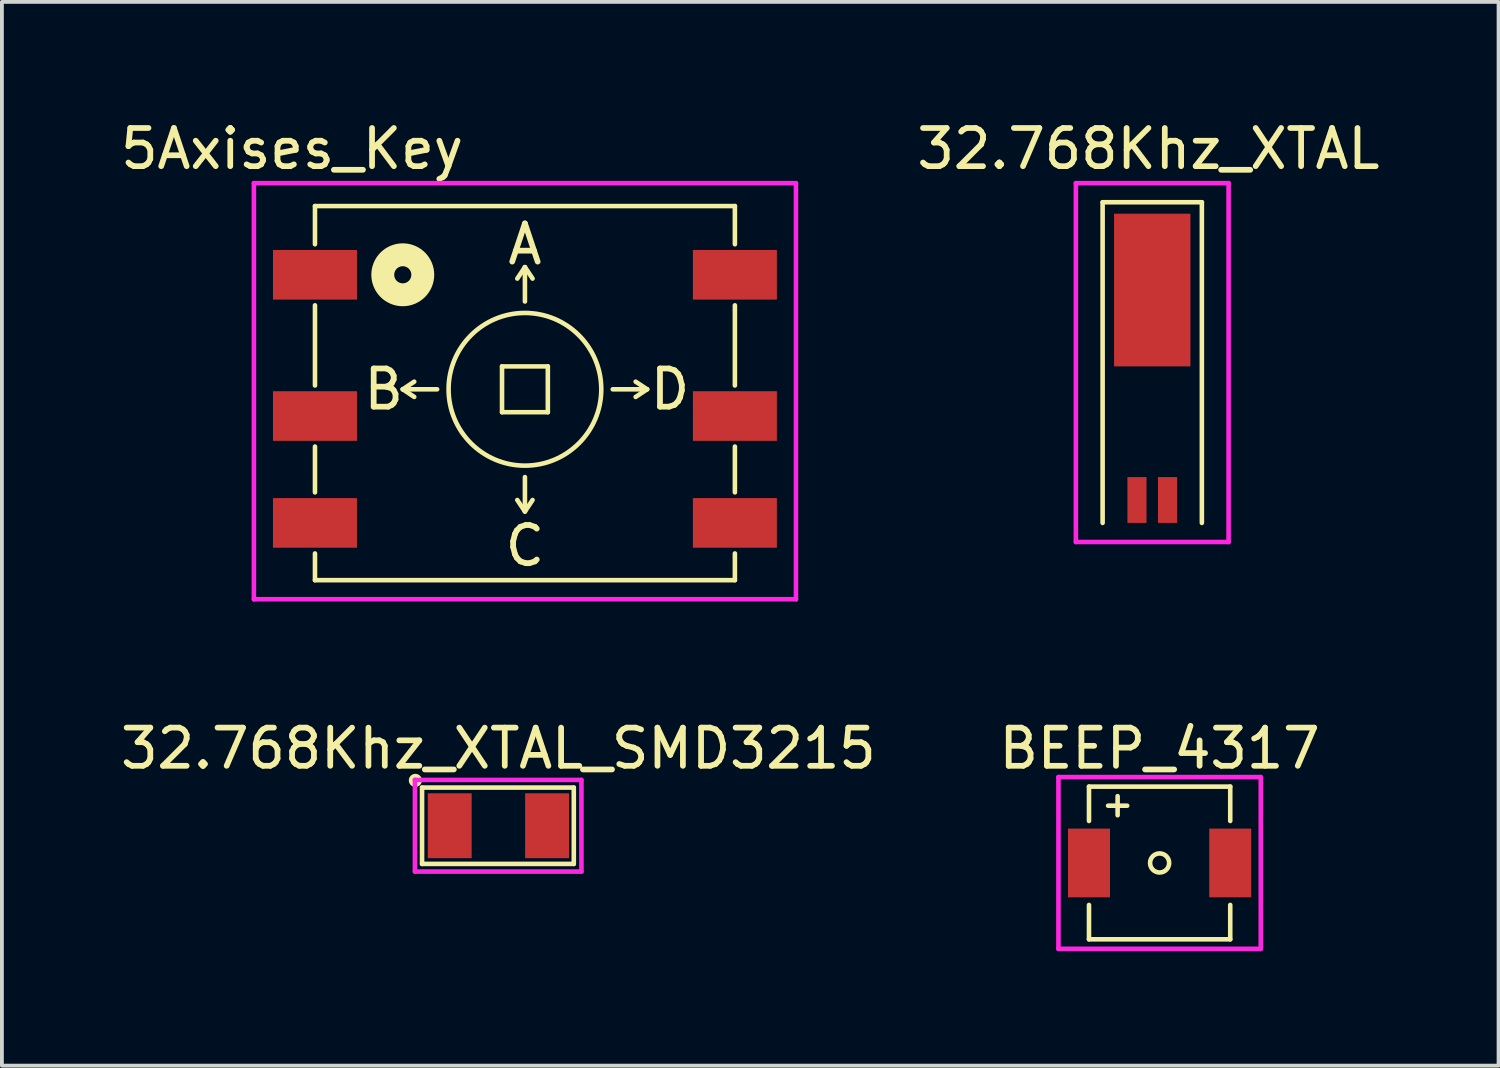
<source format=kicad_pcb>
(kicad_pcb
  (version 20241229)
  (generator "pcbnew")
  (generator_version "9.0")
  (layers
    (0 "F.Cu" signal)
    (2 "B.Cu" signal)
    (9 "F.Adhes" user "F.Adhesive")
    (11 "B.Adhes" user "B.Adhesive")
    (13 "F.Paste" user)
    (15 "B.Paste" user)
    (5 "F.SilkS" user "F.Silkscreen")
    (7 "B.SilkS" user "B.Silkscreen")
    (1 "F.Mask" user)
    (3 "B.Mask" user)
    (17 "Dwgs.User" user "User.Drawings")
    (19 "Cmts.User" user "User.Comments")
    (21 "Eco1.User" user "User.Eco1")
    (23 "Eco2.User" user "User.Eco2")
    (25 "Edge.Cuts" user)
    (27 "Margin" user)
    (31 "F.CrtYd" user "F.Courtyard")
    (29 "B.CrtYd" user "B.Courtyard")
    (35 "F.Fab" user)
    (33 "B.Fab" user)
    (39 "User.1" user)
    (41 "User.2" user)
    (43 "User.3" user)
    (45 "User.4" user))
  (footprint "5Axises_Key"
    (layer "F.Cu")
    (at 10.701 7.148)
    (property "Reference" "5Axises_Key" (at -6.1 -6.3 0) (layer "F.SilkS") (effects (font (size 1 1) (thickness 0.15))))
    (attr through_hole)
    (fp_line (start -5.5 -4.8) (end 5.5 -4.8) (stroke (width 0.12) (type solid)) (layer "F.SilkS"))
    (fp_line (start -5.5 -3.8) (end -5.5 -4.8) (stroke (width 0.12) (type solid)) (layer "F.SilkS"))
    (fp_line (start -5.5 -2.2) (end -5.5 -0.1) (stroke (width 0.12) (type solid)) (layer "F.SilkS"))
    (fp_line (start -5.5 1.5) (end -5.5 2.7) (stroke (width 0.12) (type solid)) (layer "F.SilkS"))
    (fp_line (start -5.5 4.3) (end -5.5 5) (stroke (width 0.12) (type solid)) (layer "F.SilkS"))
    (fp_line (start -5.5 5) (end 5.5 5) (stroke (width 0.12) (type solid)) (layer "F.SilkS"))
    (fp_line (start -3.2 0) (end -2.9 -0.2) (stroke (width 0.12) (type solid)) (layer "F.SilkS"))
    (fp_line (start -3.2 0) (end -2.9 0.2) (stroke (width 0.12) (type solid)) (layer "F.SilkS"))
    (fp_line (start -2.3 0) (end -3.2 0) (stroke (width 0.12) (type solid)) (layer "F.SilkS"))
    (fp_line (start -0.6 -0.6) (end -0.6 0.6) (stroke (width 0.12) (type solid)) (layer "F.SilkS"))
    (fp_line (start -0.6 0.6) (end 0.6 0.6) (stroke (width 0.12) (type solid)) (layer "F.SilkS"))
    (fp_line (start 0 -3.2) (end -0.2 -2.9) (stroke (width 0.12) (type solid)) (layer "F.SilkS"))
    (fp_line (start 0 -3.2) (end 0.2 -2.9) (stroke (width 0.12) (type solid)) (layer "F.SilkS"))
    (fp_line (start 0 -2.3) (end 0 -3.2) (stroke (width 0.12) (type solid)) (layer "F.SilkS"))
    (fp_line (start 0 2.3) (end 0 3.2) (stroke (width 0.12) (type solid)) (layer "F.SilkS"))
    (fp_line (start 0 3.2) (end -0.2 2.9) (stroke (width 0.12) (type solid)) (layer "F.SilkS"))
    (fp_line (start 0 3.2) (end 0.2 2.9) (stroke (width 0.12) (type solid)) (layer "F.SilkS"))
    (fp_line (start 0.6 -0.6) (end -0.6 -0.6) (stroke (width 0.12) (type solid)) (layer "F.SilkS"))
    (fp_line (start 0.6 0.6) (end 0.6 -0.6) (stroke (width 0.12) (type solid)) (layer "F.SilkS"))
    (fp_line (start 2.3 0) (end 3.2 0) (stroke (width 0.12) (type solid)) (layer "F.SilkS"))
    (fp_line (start 3.2 0) (end 2.9 -0.2) (stroke (width 0.12) (type solid)) (layer "F.SilkS"))
    (fp_line (start 3.2 0) (end 2.9 0.2) (stroke (width 0.12) (type solid)) (layer "F.SilkS"))
    (fp_line (start 5.5 -4.8) (end 5.5 -3.8) (stroke (width 0.12) (type solid)) (layer "F.SilkS"))
    (fp_line (start 5.5 -2.2) (end 5.5 -0.1) (stroke (width 0.12) (type solid)) (layer "F.SilkS"))
    (fp_line (start 5.5 1.5) (end 5.5 2.7) (stroke (width 0.12) (type solid)) (layer "F.SilkS"))
    (fp_line (start 5.5 5) (end 5.5 4.3) (stroke (width 0.12) (type solid)) (layer "F.SilkS"))
    (fp_circle (center -3.2 -3) (end -2.976 -3) (stroke (width 0.6) (type solid)) (fill no) (layer "F.SilkS"))
    (fp_circle (center 0 0) (end 2 0) (stroke (width 0.12) (type solid)) (fill no) (layer "F.SilkS"))
    (fp_line (start -7.1 -5.4) (end -7.1 5.5) (stroke (width 0.12) (type solid)) (layer "F.CrtYd"))
    (fp_line (start -7.1 5.5) (end 7.1 5.5) (stroke (width 0.12) (type solid)) (layer "F.CrtYd"))
    (fp_line (start 7.1 -5.4) (end -7.1 -5.4) (stroke (width 0.12) (type solid)) (layer "F.CrtYd"))
    (fp_line (start 7.1 5.5) (end 7.1 -5.4) (stroke (width 0.12) (type solid)) (layer "F.CrtYd"))
    (fp_text user "C" (at 0 4.1 0) (layer "F.SilkS") (effects (font (size 1 1) (thickness 0.15))))
    (fp_text user "B" (at -3.7 0 0) (layer "F.SilkS") (effects (font (size 1 1) (thickness 0.15))))
    (fp_text user "A" (at 0 -3.8 0) (layer "F.SilkS") (effects (font (size 1 1) (thickness 0.15))))
    (fp_text user "D" (at 3.8 0 0) (layer "F.SilkS") (effects (font (size 1 1) (thickness 0.15))))
    (pad "1" smd rect (at -5.5 -3) (size 2.2 1.3) (layers "F.Cu" "F.Mask" "F.Paste"))
    (pad "2" smd rect (at -5.5 0.7) (size 2.2 1.3) (layers "F.Cu" "F.Mask" "F.Paste"))
    (pad "3" smd rect (at -5.5 3.5) (size 2.2 1.3) (layers "F.Cu" "F.Mask" "F.Paste"))
    (pad "4" smd rect (at 5.5 3.5) (size 2.2 1.3) (layers "F.Cu" "F.Mask" "F.Paste"))
    (pad "5" smd rect (at 5.5 0.7) (size 2.2 1.3) (layers "F.Cu" "F.Mask" "F.Paste"))
    (pad "6" smd rect (at 5.5 -3) (size 2.2 1.3) (layers "F.Cu" "F.Mask" "F.Paste")))
  (footprint "32.768Khz_XTAL"
    (layer "F.Cu")
    (at 27.134 8.448)
    (property "Reference" "32.768Khz_XTAL" (at -0.1 -7.6 0) (layer "F.SilkS") (effects (font (size 1 1) (thickness 0.15))))
    (attr through_hole)
    (fp_line (start -1.3 -6.2) (end -1.3 2.2) (stroke (width 0.12) (type solid)) (layer "F.SilkS"))
    (fp_line (start -1.3 -6.2) (end 1.3 -6.2) (stroke (width 0.12) (type solid)) (layer "F.SilkS"))
    (fp_line (start 1.3 -6.2) (end 1.3 2.2) (stroke (width 0.12) (type solid)) (layer "F.SilkS"))
    (fp_line (start -2 -6.7) (end -2 2.7) (stroke (width 0.12) (type solid)) (layer "F.CrtYd"))
    (fp_line (start -2 -6.7) (end 2 -6.7) (stroke (width 0.12) (type solid)) (layer "F.CrtYd"))
    (fp_line (start -2 2.7) (end 2 2.7) (stroke (width 0.12) (type solid)) (layer "F.CrtYd"))
    (fp_line (start 2 -6.7) (end 2 2.7) (stroke (width 0.12) (type solid)) (layer "F.CrtYd"))
    (pad "1" smd rect (at -0.4 1.6 90) (size 1.2 0.5) (layers "F.Cu" "F.Mask" "F.Paste"))
    (pad "2" smd rect (at 0.4 1.6 270) (size 1.2 0.5) (layers "F.Cu" "F.Mask" "F.Paste"))
    (pad "3" smd rect (at 0 -3.9 270) (size 4 2) (layers "F.Cu" "F.Mask" "F.Paste")))
  (footprint "32.768Khz_XTAL_SMD3215"
    (layer "F.Cu")
    (at 10.006 18.581)
    (property "Reference" "32.768Khz_XTAL_SMD3215" (at 0 -2.025 0) (layer "F.SilkS") (effects (font (size 1 1) (thickness 0.15))))
    (attr through_hole)
    (fp_line (start -2 -1) (end -2 1) (stroke (width 0.12) (type solid)) (layer "F.SilkS"))
    (fp_line (start -2 -1) (end 1.975 -1) (stroke (width 0.12) (type solid)) (layer "F.SilkS"))
    (fp_line (start -2 1) (end 1.975 1) (stroke (width 0.12) (type solid)) (layer "F.SilkS"))
    (fp_line (start 1.975 -1) (end 1.975 1) (stroke (width 0.12) (type solid)) (layer "F.SilkS"))
    (fp_circle (center -2.175 -1.188) (end -2.125 -1.088) (stroke (width 0.12) (type solid)) (fill no) (layer "F.SilkS"))
    (fp_line (start -2.187 -1.2) (end -2.187 1.2) (stroke (width 0.12) (type solid)) (layer "F.CrtYd"))
    (fp_line (start -2.187 -1.2) (end 2.175 -1.2) (stroke (width 0.12) (type solid)) (layer "F.CrtYd"))
    (fp_line (start -2.187 1.2) (end 2.175 1.2) (stroke (width 0.12) (type solid)) (layer "F.CrtYd"))
    (fp_line (start 2.175 -1.2) (end 2.175 1.2) (stroke (width 0.12) (type solid)) (layer "F.CrtYd"))
    (pad "1" smd rect (at -1.275 0) (size 1.15 1.7) (layers "F.Cu" "F.Mask" "F.Paste"))
    (pad "2" smd rect (at 1.275 0) (size 1.15 1.7) (layers "F.Cu" "F.Mask" "F.Paste")))
  (footprint "BEEP_4317"
    (layer "F.Cu")
    (at 27.327 19.556)
    (property "Reference" "BEEP_4317" (at 0 -3 0) (layer "F.SilkS") (effects (font (size 1 1) (thickness 0.15))))
    (attr through_hole)
    (fp_line (start -1.85 -2) (end -1.85 -1.1) (stroke (width 0.12) (type solid)) (layer "F.SilkS"))
    (fp_line (start -1.85 -2) (end 1.85 -2) (stroke (width 0.12) (type solid)) (layer "F.SilkS"))
    (fp_line (start -1.85 1.1) (end -1.85 2) (stroke (width 0.12) (type solid)) (layer "F.SilkS"))
    (fp_line (start -1.85 2) (end 1.85 2) (stroke (width 0.12) (type solid)) (layer "F.SilkS"))
    (fp_line (start -1.35 -1.5) (end -0.85 -1.5) (stroke (width 0.12) (type solid)) (layer "F.SilkS"))
    (fp_line (start -1.1 -1.25) (end -1.1 -1.75) (stroke (width 0.12) (type solid)) (layer "F.SilkS"))
    (fp_line (start 1.85 -2) (end 1.85 -1.1) (stroke (width 0.12) (type solid)) (layer "F.SilkS"))
    (fp_line (start 1.85 1.1) (end 1.85 2) (stroke (width 0.12) (type solid)) (layer "F.SilkS"))
    (fp_circle (center 0 0) (end 0.25 0) (stroke (width 0.12) (type solid)) (fill no) (layer "F.SilkS"))
    (fp_line (start -2.65 -2.25) (end -2.65 2.25) (stroke (width 0.12) (type solid)) (layer "F.CrtYd"))
    (fp_line (start 2.65 -2.25) (end -2.65 -2.25) (stroke (width 0.12) (type solid)) (layer "F.CrtYd"))
    (fp_line (start 2.65 -2.25) (end 2.65 2.25) (stroke (width 0.12) (type solid)) (layer "F.CrtYd"))
    (fp_line (start 2.65 2.25) (end -2.65 2.25) (stroke (width 0.12) (type solid)) (layer "F.CrtYd"))
    (pad "1" smd rect (at -1.85 0) (size 1.1 1.8) (layers "F.Cu" "F.Mask" "F.Paste"))
    (pad "2" smd rect (at 1.85 0) (size 1.1 1.8) (layers "F.Cu" "F.Mask" "F.Paste")))
  (gr_rect
    (start -3 -3)
    (end 36.206 24.866)
    (stroke (width 0.1) (type default))
    (fill no)
    (layer "Edge.Cuts")))
</source>
